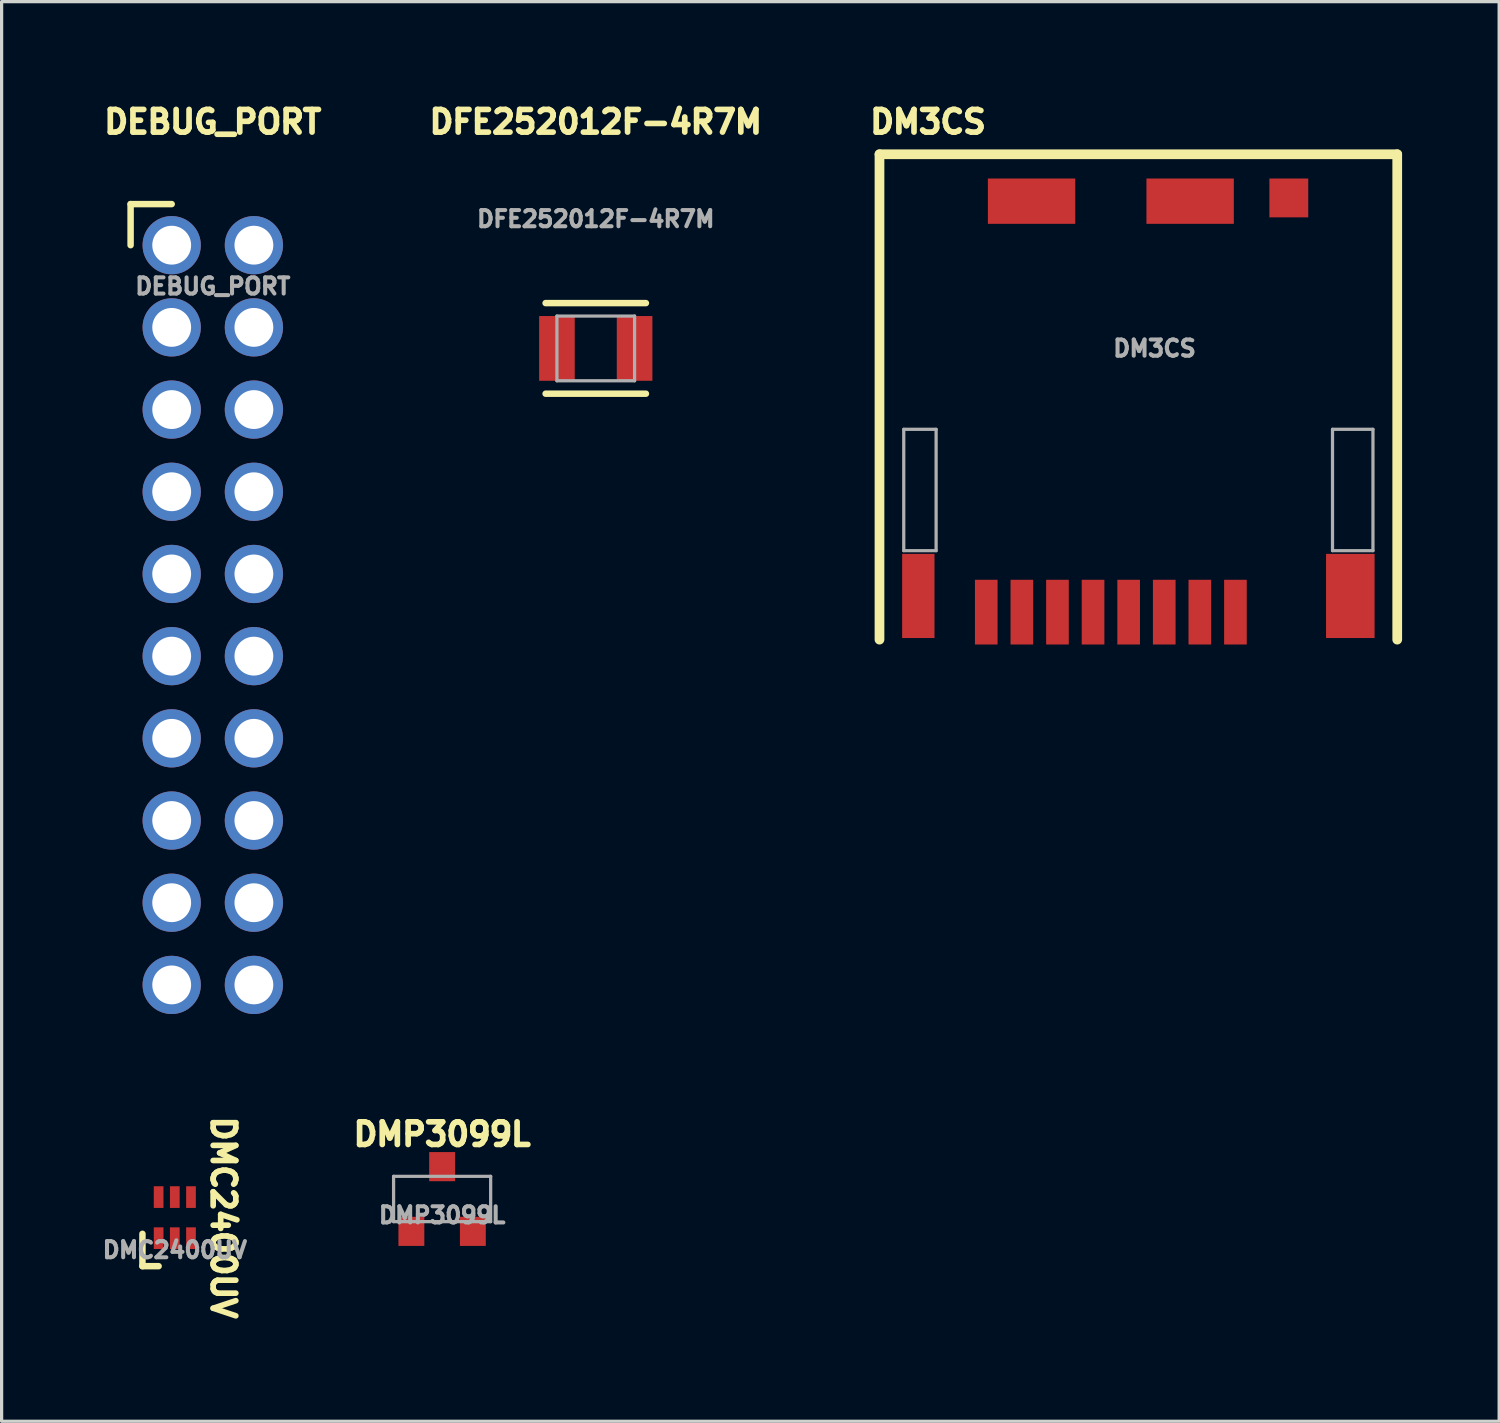
<source format=kicad_pcb>
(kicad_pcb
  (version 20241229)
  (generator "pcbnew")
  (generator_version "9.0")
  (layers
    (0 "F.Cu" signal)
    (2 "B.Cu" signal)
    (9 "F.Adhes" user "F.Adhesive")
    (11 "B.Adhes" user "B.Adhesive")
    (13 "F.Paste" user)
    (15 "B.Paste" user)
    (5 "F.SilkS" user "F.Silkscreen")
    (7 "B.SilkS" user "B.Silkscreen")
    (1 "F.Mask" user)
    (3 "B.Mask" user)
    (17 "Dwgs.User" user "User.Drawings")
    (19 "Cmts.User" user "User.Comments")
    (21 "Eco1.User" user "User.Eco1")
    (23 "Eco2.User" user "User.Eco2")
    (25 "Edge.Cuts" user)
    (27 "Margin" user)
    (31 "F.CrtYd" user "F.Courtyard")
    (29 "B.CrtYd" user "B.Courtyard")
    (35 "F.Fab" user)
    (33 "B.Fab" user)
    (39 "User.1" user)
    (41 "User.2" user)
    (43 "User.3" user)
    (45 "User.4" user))
  (footprint "DM3CS"
    (layer "F.Cu")
    (at 35.129 2.467)
    (property "Reference" "DM3CS" (at -9.5 -1.75 0) (unlocked yes) (layer "F.SilkS") (effects (font (size 0.7 0.7) (thickness 0.175) (bold yes))))
    (attr smd)
    (fp_line (start -11 -0.75) (end -11 14.25) (stroke (width 0.3) (type default)) (layer "F.SilkS"))
    (fp_line (start 5 -0.75) (end -11 -0.75) (stroke (width 0.3) (type default)) (layer "F.SilkS"))
    (fp_line (start 5 14.25) (end 5 -0.75) (stroke (width 0.3) (type default)) (layer "F.SilkS"))
    (fp_line (start -10.25 7.75) (end -9.25 7.75) (stroke (width 0.1) (type default)) (layer "F.Fab"))
    (fp_line (start -10.25 11.5) (end -10.25 7.75) (stroke (width 0.1) (type default)) (layer "F.Fab"))
    (fp_line (start -9.25 7.75) (end -9.25 11.5) (stroke (width 0.1) (type default)) (layer "F.Fab"))
    (fp_line (start -9.25 11.5) (end -10.25 11.5) (stroke (width 0.1) (type default)) (layer "F.Fab"))
    (fp_line (start 3 7.75) (end 3 11.5) (stroke (width 0.1) (type default)) (layer "F.Fab"))
    (fp_line (start 3 11.5) (end 4.25 11.5) (stroke (width 0.1) (type default)) (layer "F.Fab"))
    (fp_line (start 4.25 7.75) (end 3 7.75) (stroke (width 0.1) (type default)) (layer "F.Fab"))
    (fp_line (start 4.25 11.5) (end 4.25 7.75) (stroke (width 0.1) (type default)) (layer "F.Fab"))
    (fp_text user "${REFERENCE}" (at -2.5 5.25 0) (unlocked yes) (layer "F.Fab") (effects (font (size 0.5 0.5) (thickness 0.125))))
    (pad "1" smd rect (at 0 13.4) (size 0.7 2) (layers "F.Cu" "F.Mask" "F.Paste"))
    (pad "2" smd rect (at -1.1 13.4) (size 0.7 2) (layers "F.Cu" "F.Mask" "F.Paste"))
    (pad "3" smd rect (at -2.2 13.4) (size 0.7 2) (layers "F.Cu" "F.Mask" "F.Paste"))
    (pad "4" smd rect (at -3.3 13.4) (size 0.7 2) (layers "F.Cu" "F.Mask" "F.Paste"))
    (pad "5" smd rect (at -4.4 13.4) (size 0.7 2) (layers "F.Cu" "F.Mask" "F.Paste"))
    (pad "6" smd rect (at -5.5 13.4) (size 0.7 2) (layers "F.Cu" "F.Mask" "F.Paste"))
    (pad "7" smd rect (at -6.6 13.4) (size 0.7 2) (layers "F.Cu" "F.Mask" "F.Paste"))
    (pad "8" smd rect (at -7.7 13.4) (size 0.7 2) (layers "F.Cu" "F.Mask" "F.Paste"))
    (pad "9" smd rect (at -1.4 0.7) (size 2.7 1.4) (layers "F.Cu" "F.Mask" "F.Paste"))
    (pad "S" smd rect (at -9.8 12.9) (size 1 2.6) (layers "F.Cu" "F.Mask" "F.Paste"))
    (pad "S" smd rect (at -6.3 0.7) (size 2.7 1.4) (layers "F.Cu" "F.Mask" "F.Paste"))
    (pad "S" smd rect (at 1.65 0.6) (size 1.2 1.2) (layers "F.Cu" "F.Mask" "F.Paste"))
    (pad "S" smd rect (at 3.55 12.9) (size 1.5 2.6) (layers "F.Cu" "F.Mask" "F.Paste")))
  (footprint "DMP3099L"
    (layer "F.Cu")
    (at 10.613 34.003)
    (property "Reference" "DMP3099L" (at 0 -2 0) (unlocked yes) (layer "F.SilkS") (effects (font (size 0.7 0.7) (thickness 0.175) (bold yes))))
    (attr smd)
    (fp_line (start -1.5 -0.7) (end -1.5 0.7) (stroke (width 0.1) (type default)) (layer "F.Fab"))
    (fp_line (start -1.5 -0.7) (end 1.5 -0.7) (stroke (width 0.1) (type default)) (layer "F.Fab"))
    (fp_line (start -1.5 0.7) (end 1.5 0.7) (stroke (width 0.1) (type default)) (layer "F.Fab"))
    (fp_line (start 1.5 -0.7) (end 1.5 0.7) (stroke (width 0.1) (type default)) (layer "F.Fab"))
    (fp_text user "${REFERENCE}" (at 0 0.5 0) (unlocked yes) (layer "F.Fab") (effects (font (size 0.5 0.5) (thickness 0.125))))
    (pad "D" smd rect (at 0 -1) (size 0.8 0.9) (layers "F.Cu" "F.Mask" "F.Paste"))
    (pad "G" smd rect (at -0.95 1) (size 0.8 0.9) (layers "F.Cu" "F.Mask" "F.Paste"))
    (pad "S" smd rect (at 0.95 1) (size 0.8 0.9) (layers "F.Cu" "F.Mask" "F.Paste")))
  (footprint "DMC2400UV"
    (layer "F.Cu")
    (at 2.352 34.579)
    (property "Reference" "DMC2400UV" (at 1.5 0 270) (unlocked yes) (layer "F.SilkS") (effects (font (size 0.7 0.7) (thickness 0.175) (bold yes))))
    (attr smd)
    (fp_line (start -1 0.5) (end -1 1.5) (stroke (width 0.2) (type default)) (layer "F.SilkS"))
    (fp_line (start -1 1.5) (end -0.5 1.5) (stroke (width 0.2) (type default)) (layer "F.SilkS"))
    (fp_text user "${REFERENCE}" (at 0 1 0) (unlocked yes) (layer "F.Fab") (effects (font (size 0.5 0.5) (thickness 0.125))))
    (pad "D1" smd rect (at -0.5 -0.635) (size 0.3 0.67) (layers "F.Cu" "F.Mask" "F.Paste"))
    (pad "D2" smd rect (at 0.5 0.635) (size 0.3 0.67) (layers "F.Cu" "F.Mask" "F.Paste"))
    (pad "G1" smd rect (at 0 0.635) (size 0.3 0.67) (layers "F.Cu" "F.Mask" "F.Paste"))
    (pad "G2" smd rect (at 0 -0.635) (size 0.3 0.67) (layers "F.Cu" "F.Mask" "F.Paste"))
    (pad "S1" smd rect (at -0.5 0.635) (size 0.3 0.67) (layers "F.Cu" "F.Mask" "F.Paste"))
    (pad "S2" smd rect (at 0.5 -0.635) (size 0.3 0.67) (layers "F.Cu" "F.Mask" "F.Paste")))
  (footprint "DFE252012F-4R7M"
    (layer "F.Cu")
    (at 15.361 7.717)
    (property "Reference" "DFE252012F-4R7M" (at 0 -7 0) (unlocked yes) (layer "F.SilkS") (effects (font (size 0.7 0.7) (thickness 0.175) (bold yes))))
    (attr smd)
    (fp_line (start -1.55 -1.4) (end 1.55 -1.4) (stroke (width 0.2) (type default)) (layer "F.SilkS"))
    (fp_line (start -1.55 1.4) (end 1.55 1.4) (stroke (width 0.2) (type default)) (layer "F.SilkS"))
    (fp_line (start -1.2 -1) (end -1.2 1) (stroke (width 0.1) (type default)) (layer "F.Fab"))
    (fp_line (start -1.2 -1) (end 1.2 -1) (stroke (width 0.1) (type default)) (layer "F.Fab"))
    (fp_line (start -1.2 1) (end 1.2 1) (stroke (width 0.1) (type default)) (layer "F.Fab"))
    (fp_line (start 1.2 -1) (end 1.2 1) (stroke (width 0.1) (type default)) (layer "F.Fab"))
    (fp_text user "${REFERENCE}" (at 0 -4 0) (unlocked yes) (layer "F.Fab") (effects (font (size 0.5 0.5) (thickness 0.125))))
    (pad "1" smd rect (at -1.2 0) (size 1.1 2) (layers "F.Cu" "F.Mask" "F.Paste"))
    (pad "2" smd rect (at 1.2 0) (size 1.1 2) (layers "F.Cu" "F.Mask" "F.Paste")))
  (footprint "DEBUG_PORT"
    (layer "F.Cu")
    (at 3.526 5.797)
    (property "Reference" "DEBUG_PORT" (at 0 -5.08 0) (unlocked yes) (layer "F.SilkS") (effects (font (size 0.7 0.7) (thickness 0.175) (bold yes))))
    (attr smd)
    (fp_line (start -2.54 -2.54) (end -2.54 -1.27) (stroke (width 0.2) (type default)) (layer "F.SilkS"))
    (fp_line (start -1.27 -2.54) (end -2.54 -2.54) (stroke (width 0.2) (type default)) (layer "F.SilkS"))
    (fp_text user "${REFERENCE}" (at 0 0 0) (unlocked yes) (layer "F.Fab") (effects (font (size 0.5 0.5) (thickness 0.125))))
    (pad "1" thru_hole circle (at -1.27 -1.27) (size 1.8 1.8) (drill 1.2) (layers "*.Cu" "*.Mask"))
    (pad "2" thru_hole circle (at -1.27 1.27) (size 1.8 1.8) (drill 1.2) (layers "*.Cu" "*.Mask"))
    (pad "3" thru_hole circle (at -1.27 3.81) (size 1.8 1.8) (drill 1.2) (layers "*.Cu" "*.Mask"))
    (pad "4" thru_hole circle (at -1.27 6.35) (size 1.8 1.8) (drill 1.2) (layers "*.Cu" "*.Mask"))
    (pad "5" thru_hole circle (at -1.27 8.89) (size 1.8 1.8) (drill 1.2) (layers "*.Cu" "*.Mask"))
    (pad "6" thru_hole circle (at -1.27 11.43) (size 1.8 1.8) (drill 1.2) (layers "*.Cu" "*.Mask"))
    (pad "7" thru_hole circle (at -1.27 13.97) (size 1.8 1.8) (drill 1.2) (layers "*.Cu" "*.Mask"))
    (pad "8" thru_hole circle (at -1.27 16.51) (size 1.8 1.8) (drill 1.2) (layers "*.Cu" "*.Mask"))
    (pad "9" thru_hole circle (at -1.27 19.05) (size 1.8 1.8) (drill 1.2) (layers "*.Cu" "*.Mask"))
    (pad "10" thru_hole circle (at -1.27 21.59) (size 1.8 1.8) (drill 1.2) (layers "*.Cu" "*.Mask"))
    (pad "11" thru_hole circle (at 1.27 21.59) (size 1.8 1.8) (drill 1.2) (layers "*.Cu" "*.Mask"))
    (pad "12" thru_hole circle (at 1.27 19.05) (size 1.8 1.8) (drill 1.2) (layers "*.Cu" "*.Mask"))
    (pad "13" thru_hole circle (at 1.27 16.51) (size 1.8 1.8) (drill 1.2) (layers "*.Cu" "*.Mask"))
    (pad "14" thru_hole circle (at 1.27 13.97) (size 1.8 1.8) (drill 1.2) (layers "*.Cu" "*.Mask"))
    (pad "15" thru_hole circle (at 1.27 11.43) (size 1.8 1.8) (drill 1.2) (layers "*.Cu" "*.Mask"))
    (pad "16" thru_hole circle (at 1.27 8.89) (size 1.8 1.8) (drill 1.2) (layers "*.Cu" "*.Mask"))
    (pad "17" thru_hole circle (at 1.27 6.35) (size 1.8 1.8) (drill 1.2) (layers "*.Cu" "*.Mask"))
    (pad "18" thru_hole circle (at 1.27 3.81) (size 1.8 1.8) (drill 1.2) (layers "*.Cu" "*.Mask"))
    (pad "19" thru_hole circle (at 1.27 1.27) (size 1.8 1.8) (drill 1.2) (layers "*.Cu" "*.Mask"))
    (pad "20" thru_hole circle (at 1.27 -1.27) (size 1.8 1.8) (drill 1.2) (layers "*.Cu" "*.Mask")))
  (gr_rect
    (start -3 -3)
    (end 43.279 40.872)
    (stroke (width 0.1) (type default))
    (fill no)
    (layer "Edge.Cuts")))
</source>
